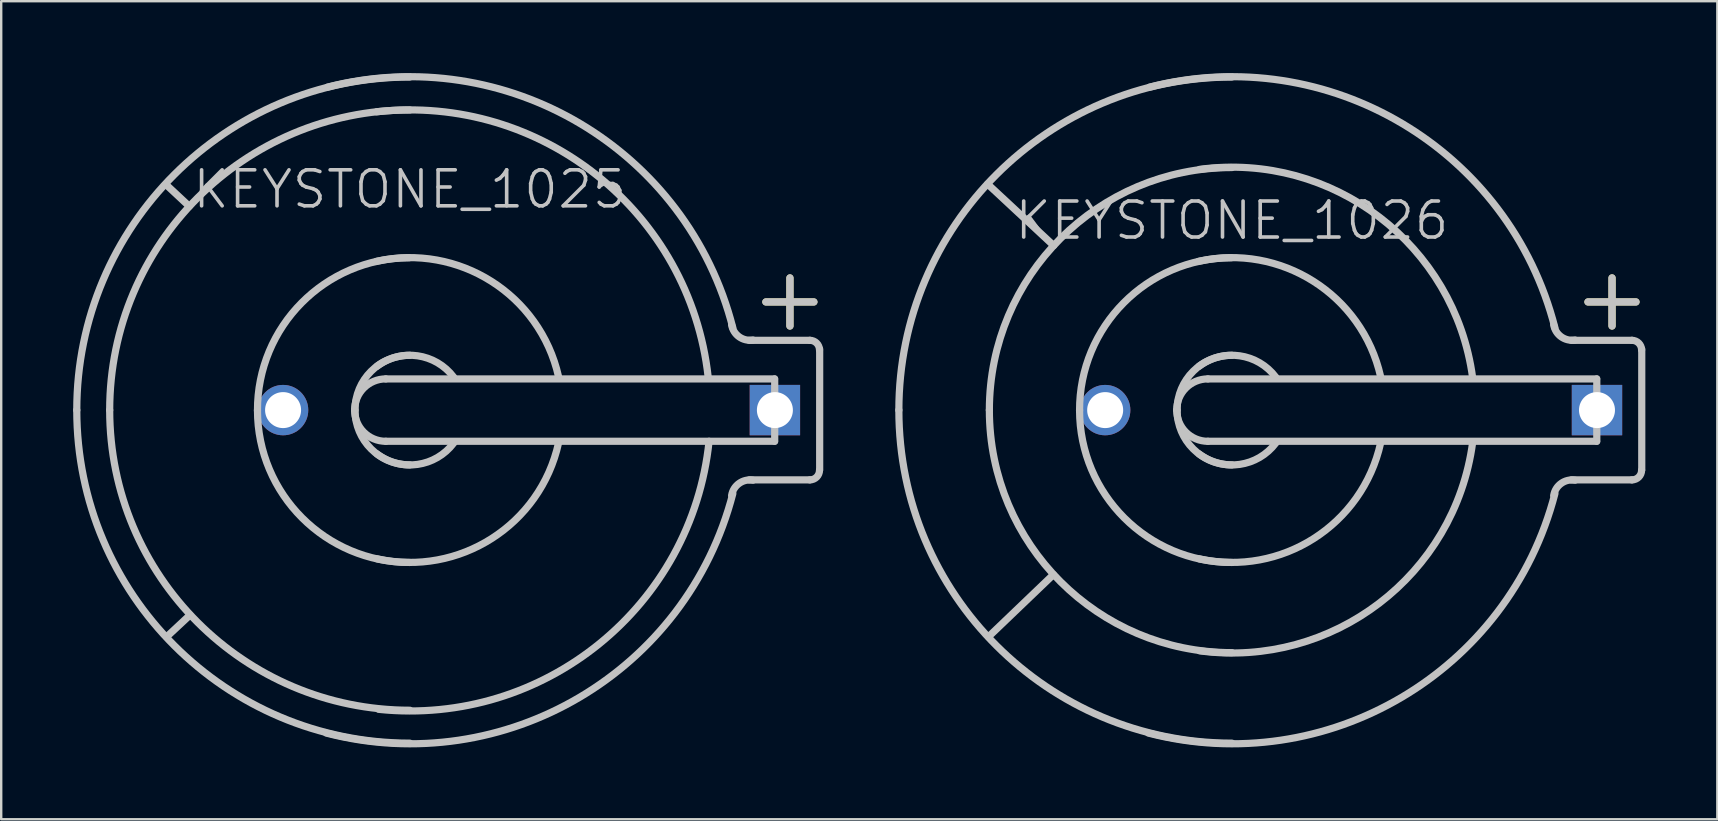
<source format=kicad_pcb>
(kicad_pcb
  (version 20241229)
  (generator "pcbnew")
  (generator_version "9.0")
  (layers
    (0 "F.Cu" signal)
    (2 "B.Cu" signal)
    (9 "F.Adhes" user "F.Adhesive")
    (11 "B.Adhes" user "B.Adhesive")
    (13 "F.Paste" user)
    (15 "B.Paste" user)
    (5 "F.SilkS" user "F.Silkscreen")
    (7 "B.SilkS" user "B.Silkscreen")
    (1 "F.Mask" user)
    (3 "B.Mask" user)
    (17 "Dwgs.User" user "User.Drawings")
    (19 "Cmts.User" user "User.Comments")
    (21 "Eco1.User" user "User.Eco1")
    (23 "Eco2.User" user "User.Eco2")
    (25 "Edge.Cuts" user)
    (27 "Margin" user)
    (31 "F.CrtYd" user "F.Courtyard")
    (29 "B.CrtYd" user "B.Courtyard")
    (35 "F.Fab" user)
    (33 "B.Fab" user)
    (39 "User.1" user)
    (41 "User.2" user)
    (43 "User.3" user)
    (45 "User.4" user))
  (footprint "KEYSTONE_1025"
    (layer "F.Cu")
    (at 14.031 14.042)
    (property "Reference" "KEYSTONE_1025" (at 0 -9.2 0) (layer "Dwgs.User") (effects (font (size 1.5 1.5) (thickness 0.15))))
    (attr through_hole)
    (fp_line (start 14.839 -4.508) (end 16.84 -4.508) (stroke (width 0.3) (type solid)) (layer "F.SilkS"))
    (fp_line (start 15.842 -3.505) (end 15.842 -5.509) (stroke (width 0.3) (type solid)) (layer "F.SilkS"))
    (fp_line (start -9.195 -8.496) (end -10.16 -9.398) (stroke (width 0.3) (type solid)) (layer "Dwgs.User"))
    (fp_line (start -9.169 8.547) (end -10.135 9.449) (stroke (width 0.3) (type solid)) (layer "Dwgs.User"))
    (fp_line (start -1.001 -1.3) (end 15.199 -1.3) (stroke (width 0.3) (type solid)) (layer "Dwgs.User"))
    (fp_line (start 14.839 -4.508) (end 16.84 -4.508) (stroke (width 0.3) (type solid)) (layer "Dwgs.User"))
    (fp_line (start 15.199 1.3) (end -1.001 1.3) (stroke (width 0.3) (type solid)) (layer "Dwgs.User"))
    (fp_line (start 15.207 -1.3) (end 15.207 1.3) (stroke (width 0.3) (type solid)) (layer "Dwgs.User"))
    (fp_line (start 15.842 -3.505) (end 15.842 -5.509) (stroke (width 0.3) (type solid)) (layer "Dwgs.User"))
    (fp_line (start 16.675 -2.908) (end 14.148 -2.908) (stroke (width 0.3) (type solid)) (layer "Dwgs.User"))
    (fp_line (start 16.675 2.908) (end 14.148 2.908) (stroke (width 0.3) (type solid)) (layer "Dwgs.User"))
    (fp_line (start 17.081 -2.54) (end 17.081 2.489) (stroke (width 0.3) (type solid)) (layer "Dwgs.User"))
    (fp_arc (start -13.8811 0) (mid -9.81542 -9.81542) (end 0 -13.8811) (stroke (width 0.3) (type solid)) (layer "Dwgs.User"))
    (fp_arc (start -12.5095 0) (mid -8.845552 -8.845552) (end 0 -12.5095) (stroke (width 0.3) (type solid)) (layer "Dwgs.User"))
    (fp_arc (start -6.35 0.0254) (mid -4.508089 -4.472168) (end -0.0254 -6.35) (stroke (width 0.3) (type solid)) (layer "Dwgs.User"))
    (fp_arc (start -3.429 -13.462) (mid 7.094402 -11.943741) (end 13.462 -3.429) (stroke (width 0.3) (type solid)) (layer "Dwgs.User"))
    (fp_arc (start -2.30124 0) (mid -1.920338 -0.919578) (end -1.00076 -1.30048) (stroke (width 0.3) (type solid)) (layer "Dwgs.User"))
    (fp_arc (start -2.286 0) (mid -1.616446 -1.616446) (end 0 -2.286) (stroke (width 0.3) (type solid)) (layer "Dwgs.User"))
    (fp_arc (start -1.397 -6.1976) (mid 3.394537 -5.370193) (end 6.1976 -1.397) (stroke (width 0.3) (type solid)) (layer "Dwgs.User"))
    (fp_arc (start -1.3843 -12.4333) (mid 7.812823 -9.770519) (end 12.4333 -1.3843) (stroke (width 0.3) (type solid)) (layer "Dwgs.User"))
    (fp_arc (start -1.3716 -1.8288) (mid 0.323289 -2.263025) (end 1.8288 -1.3716) (stroke (width 0.3) (type solid)) (layer "Dwgs.User"))
    (fp_arc (start -1.00076 1.30048) (mid -1.920338 0.919578) (end -2.30124 0) (stroke (width 0.3) (type solid)) (layer "Dwgs.User"))
    (fp_arc (start 0 2.286) (mid -1.616446 1.616446) (end -2.286 0) (stroke (width 0.3) (type solid)) (layer "Dwgs.User"))
    (fp_arc (start 0 6.35) (mid -4.490128 4.490128) (end -6.35 0) (stroke (width 0.3) (type solid)) (layer "Dwgs.User"))
    (fp_arc (start 0 12.5095) (mid -8.845552 8.845552) (end -12.5095 0) (stroke (width 0.3) (type solid)) (layer "Dwgs.User"))
    (fp_arc (start 0 13.8811) (mid -9.81542 9.81542) (end -13.8811 0) (stroke (width 0.3) (type solid)) (layer "Dwgs.User"))
    (fp_arc (start 1.8288 1.3716) (mid 0.323289 2.263025) (end -1.3716 1.8288) (stroke (width 0.3) (type solid)) (layer "Dwgs.User"))
    (fp_arc (start 6.1976 1.3716) (mid 3.412497 5.352233) (end -1.3716 6.1976) (stroke (width 0.3) (type solid)) (layer "Dwgs.User"))
    (fp_arc (start 12.4714 1.3) (mid 7.899373 9.73785) (end -1.3 12.4714) (stroke (width 0.3) (type solid)) (layer "Dwgs.User"))
    (fp_arc (start 13.4112 3.556) (mid 13.724187 3.054382) (end 14.3002 2.921) (stroke (width 0.3) (type solid)) (layer "Dwgs.User"))
    (fp_arc (start 13.462 3.4798) (mid 7.058481 11.979662) (end -3.4798 13.462) (stroke (width 0.3) (type solid)) (layer "Dwgs.User"))
    (fp_arc (start 14.3002 -2.921) (mid 13.724187 -3.054382) (end 13.4112 -3.556) (stroke (width 0.3) (type solid)) (layer "Dwgs.User"))
    (fp_arc (start 16.67256 -2.9083) (mid 16.956336 -2.790756) (end 17.07388 -2.50698) (stroke (width 0.3) (type solid)) (layer "Dwgs.User"))
    (fp_arc (start 17.07388 2.50698) (mid 16.956336 2.790756) (end 16.67256 2.9083) (stroke (width 0.3) (type solid)) (layer "Dwgs.User"))
    (pad "1" thru_hole rect (at 15.215 0) (size 2.1 2.1) (drill 1.5) (layers "*.Cu" "*.Mask"))
    (pad "2" thru_hole circle (at -5.283 0) (size 2.1 2.1) (drill 1.5) (layers "*.Cu" "*.Mask")))
  (footprint "KEYSTONE_1026"
    (layer "F.Cu")
    (at 48.294 14.042)
    (property "Reference" "KEYSTONE_1026" (at 0 -7.9 0) (layer "Dwgs.User") (effects (font (size 1.5 1.5) (thickness 0.15))))
    (attr through_hole)
    (fp_line (start 14.839 -4.508) (end 16.84 -4.508) (stroke (width 0.3) (type solid)) (layer "F.SilkS"))
    (fp_line (start 15.842 -3.505) (end 15.842 -5.509) (stroke (width 0.3) (type solid)) (layer "F.SilkS"))
    (fp_line (start -7.442 6.858) (end -10.147 9.449) (stroke (width 0.3) (type solid)) (layer "Dwgs.User"))
    (fp_line (start -7.429 -6.858) (end -10.185 -9.423) (stroke (width 0.3) (type solid)) (layer "Dwgs.User"))
    (fp_line (start -1.001 -1.3) (end 15.199 -1.3) (stroke (width 0.3) (type solid)) (layer "Dwgs.User"))
    (fp_line (start 14.839 -4.508) (end 16.84 -4.508) (stroke (width 0.3) (type solid)) (layer "Dwgs.User"))
    (fp_line (start 15.199 1.3) (end -1.001 1.3) (stroke (width 0.3) (type solid)) (layer "Dwgs.User"))
    (fp_line (start 15.207 -1.3) (end 15.207 1.3) (stroke (width 0.3) (type solid)) (layer "Dwgs.User"))
    (fp_line (start 15.842 -3.505) (end 15.842 -5.509) (stroke (width 0.3) (type solid)) (layer "Dwgs.User"))
    (fp_line (start 16.675 -2.908) (end 14.148 -2.908) (stroke (width 0.3) (type solid)) (layer "Dwgs.User"))
    (fp_line (start 16.675 2.908) (end 14.148 2.908) (stroke (width 0.3) (type solid)) (layer "Dwgs.User"))
    (fp_line (start 17.081 -2.54) (end 17.081 2.489) (stroke (width 0.3) (type solid)) (layer "Dwgs.User"))
    (fp_arc (start -13.8811 0) (mid -9.81542 -9.81542) (end 0 -13.8811) (stroke (width 0.3) (type solid)) (layer "Dwgs.User"))
    (fp_arc (start -10.1092 0) (mid -7.148284 -7.148284) (end 0 -10.1092) (stroke (width 0.3) (type solid)) (layer "Dwgs.User"))
    (fp_arc (start -6.35 0.0254) (mid -4.508089 -4.472168) (end -0.0254 -6.35) (stroke (width 0.3) (type solid)) (layer "Dwgs.User"))
    (fp_arc (start -3.429 -13.462) (mid 7.094402 -11.943741) (end 13.462 -3.429) (stroke (width 0.3) (type solid)) (layer "Dwgs.User"))
    (fp_arc (start -2.30124 0) (mid -1.920338 -0.919578) (end -1.00076 -1.30048) (stroke (width 0.3) (type solid)) (layer "Dwgs.User"))
    (fp_arc (start -2.286 0) (mid -1.616446 -1.616446) (end 0 -2.286) (stroke (width 0.3) (type solid)) (layer "Dwgs.User"))
    (fp_arc (start -1.397 -6.1976) (mid 3.394537 -5.370193) (end 6.1976 -1.397) (stroke (width 0.3) (type solid)) (layer "Dwgs.User"))
    (fp_arc (start -1.3716 -1.8288) (mid 0.323289 -2.263025) (end 1.8288 -1.3716) (stroke (width 0.3) (type solid)) (layer "Dwgs.User"))
    (fp_arc (start -1.3462 -10.033) (mid 6.142495 -8.046309) (end 10.033 -1.3462) (stroke (width 0.3) (type solid)) (layer "Dwgs.User"))
    (fp_arc (start -1.00076 1.30048) (mid -1.920338 0.919578) (end -2.30124 0) (stroke (width 0.3) (type solid)) (layer "Dwgs.User"))
    (fp_arc (start 0 2.286) (mid -1.616446 1.616446) (end -2.286 0) (stroke (width 0.3) (type solid)) (layer "Dwgs.User"))
    (fp_arc (start 0 6.35) (mid -4.490128 4.490128) (end -6.35 0) (stroke (width 0.3) (type solid)) (layer "Dwgs.User"))
    (fp_arc (start 0 10.1092) (mid -7.148284 7.148284) (end -10.1092 0) (stroke (width 0.3) (type solid)) (layer "Dwgs.User"))
    (fp_arc (start 0 13.8811) (mid -9.81542 9.81542) (end -13.8811 0) (stroke (width 0.3) (type solid)) (layer "Dwgs.User"))
    (fp_arc (start 1.8288 1.3716) (mid 0.323289 2.263025) (end -1.3716 1.8288) (stroke (width 0.3) (type solid)) (layer "Dwgs.User"))
    (fp_arc (start 6.1976 1.3716) (mid 3.412497 5.352233) (end -1.3716 6.1976) (stroke (width 0.3) (type solid)) (layer "Dwgs.User"))
    (fp_arc (start 10.033 1.3462) (mid 6.142495 8.046309) (end -1.3462 10.033) (stroke (width 0.3) (type solid)) (layer "Dwgs.User"))
    (fp_arc (start 13.4112 3.556) (mid 13.724187 3.054382) (end 14.3002 2.921) (stroke (width 0.3) (type solid)) (layer "Dwgs.User"))
    (fp_arc (start 13.462 3.4798) (mid 7.058481 11.979662) (end -3.4798 13.462) (stroke (width 0.3) (type solid)) (layer "Dwgs.User"))
    (fp_arc (start 14.3002 -2.921) (mid 13.724187 -3.054382) (end 13.4112 -3.556) (stroke (width 0.3) (type solid)) (layer "Dwgs.User"))
    (fp_arc (start 16.67256 -2.9083) (mid 16.956336 -2.790756) (end 17.07388 -2.50698) (stroke (width 0.3) (type solid)) (layer "Dwgs.User"))
    (fp_arc (start 17.07388 2.50698) (mid 16.956336 2.790756) (end 16.67256 2.9083) (stroke (width 0.3) (type solid)) (layer "Dwgs.User"))
    (pad "1" thru_hole rect (at 15.215 0) (size 2.1 2.1) (drill 1.5) (layers "*.Cu" "*.Mask"))
    (pad "2" thru_hole circle (at -5.283 0) (size 2.1 2.1) (drill 1.5) (layers "*.Cu" "*.Mask")))
  (gr_rect
    (start -3 -3)
    (end 68.525 31.096)
    (stroke (width 0.1) (type default))
    (fill no)
    (layer "Edge.Cuts")))
</source>
